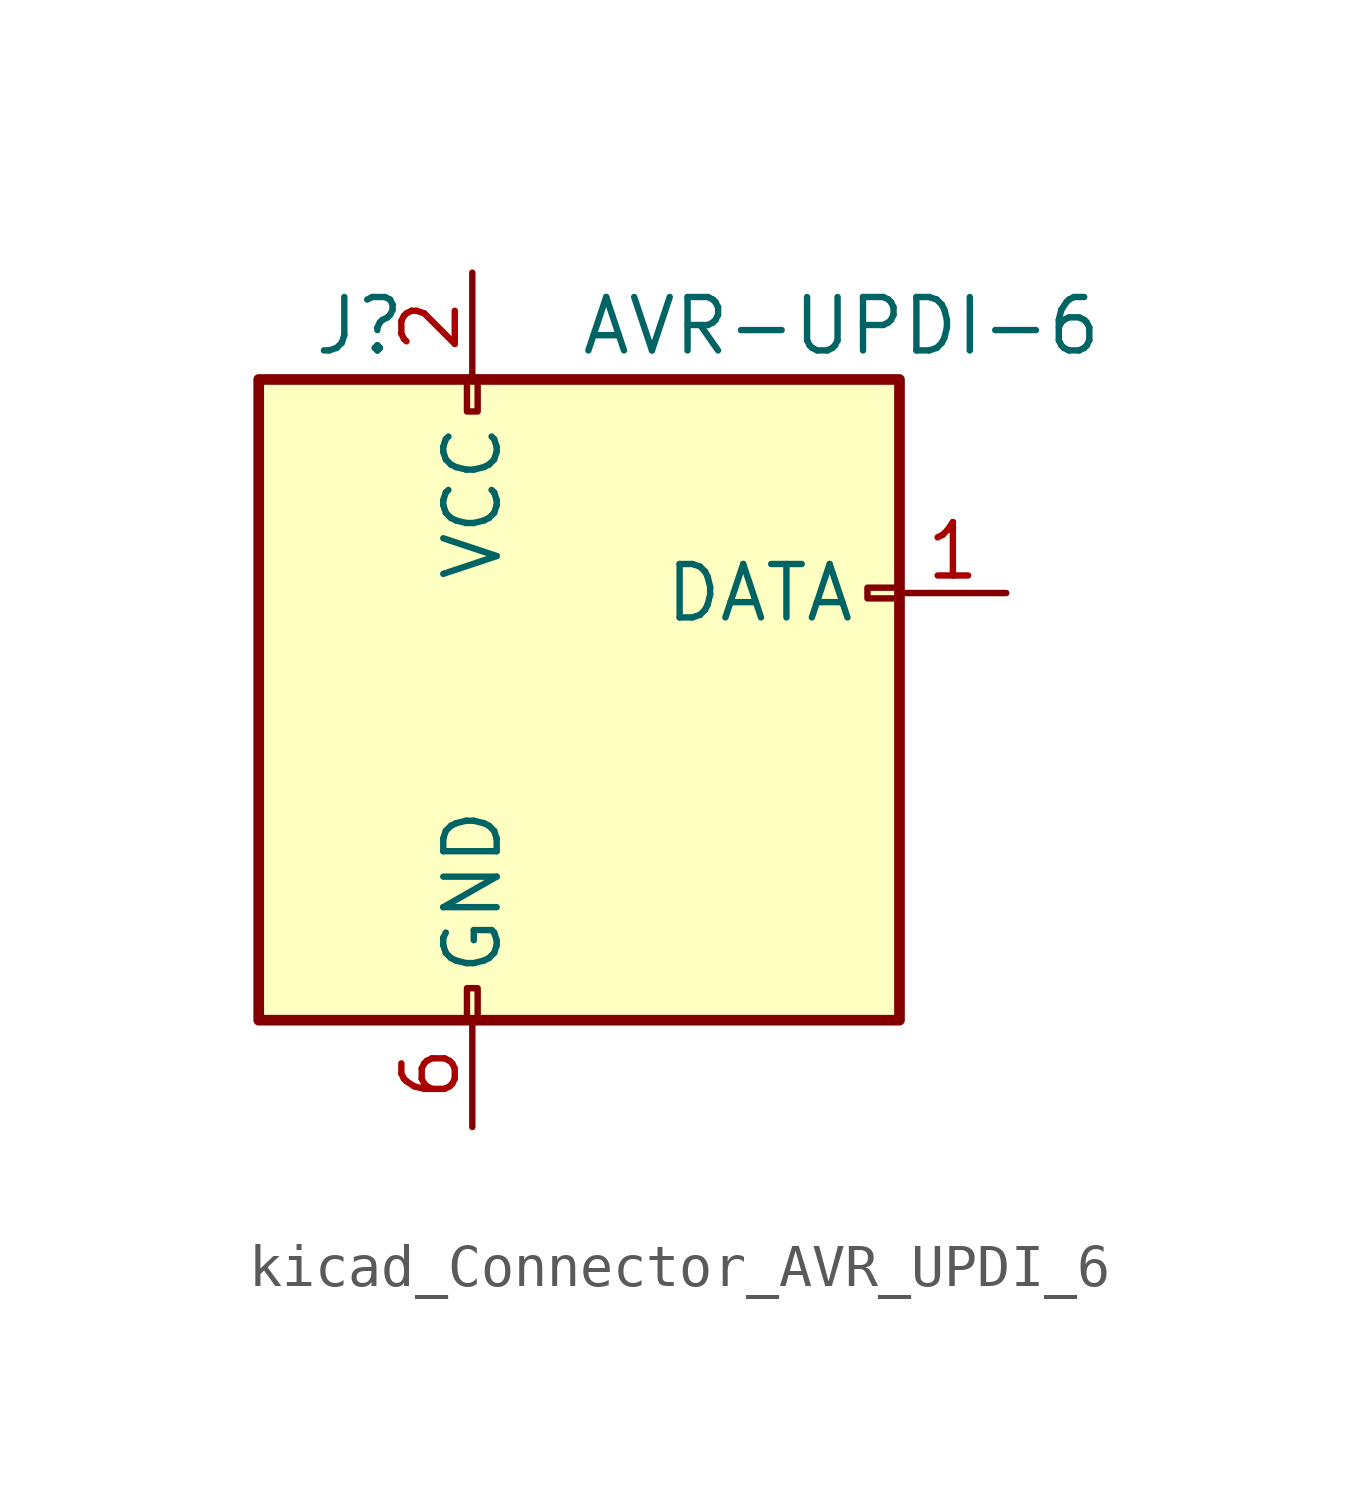
<source format=kicad_sym>
(kicad_symbol_lib
  (version 20220914)
  (generator kicad_symbol_editor)
  (symbol "kicad_Connector_AVR_UPDI_6"
    (pin_names
      (offset 1.016))
    (property "Reference" "J"
      (at -6.35 8.89 0)
      (effects (font (size 1.27 1.27)) (justify left)))
    (property "Value" "AVR-UPDI-6"
      (at 0 8.89 0)
      (effects (font (size 1.27 1.27)) (justify left)))
    (symbol "kicad_Connector_AVR_UPDI_6_0_1"
      (rectangle (start -2.667 -6.858) (end -2.413 -7.62) (stroke (width 0) (type default)) (fill (type none)))
      (rectangle (start -2.667 7.62) (end -2.413 6.858) (stroke (width 0) (type default)) (fill (type none)))
      (rectangle (start 7.62 2.667) (end 6.858 2.413) (stroke (width 0) (type default)) (fill (type none)))
      (rectangle (start 7.62 7.62) (end -7.62 -7.62) (stroke (width 0.254) (type default)) (fill (type background))))
    (symbol "kicad_Connector_AVR_UPDI_6_1_1"
      (pin passive line (at 10.16 2.54 180) (length 2.54) (name "DATA" (effects (font (size 1.27 1.27)))) (number "1" (effects (font (size 1.27 1.27)))))
      (pin passive line (at -2.54 10.16 270) (length 2.54) (name "VCC" (effects (font (size 1.27 1.27)))) (number "2" (effects (font (size 1.27 1.27)))))
      (pin no_connect line (at 7.62 0 180) (length 2.54) hide (name "NC" (effects (font (size 1.27 1.27)))) (number "3" (effects (font (size 1.27 1.27)))))
      (pin no_connect line (at 7.62 -2.54 180) (length 2.54) hide (name "NC" (effects (font (size 1.27 1.27)))) (number "4" (effects (font (size 1.27 1.27)))))
      (pin no_connect line (at 7.62 -5.08 180) (length 2.54) hide (name "NC" (effects (font (size 1.27 1.27)))) (number "5" (effects (font (size 1.27 1.27)))))
      (pin passive line (at -2.54 -10.16 90) (length 2.54) (name "GND" (effects (font (size 1.27 1.27)))) (number "6" (effects (font (size 1.27 1.27))))))))
</source>
